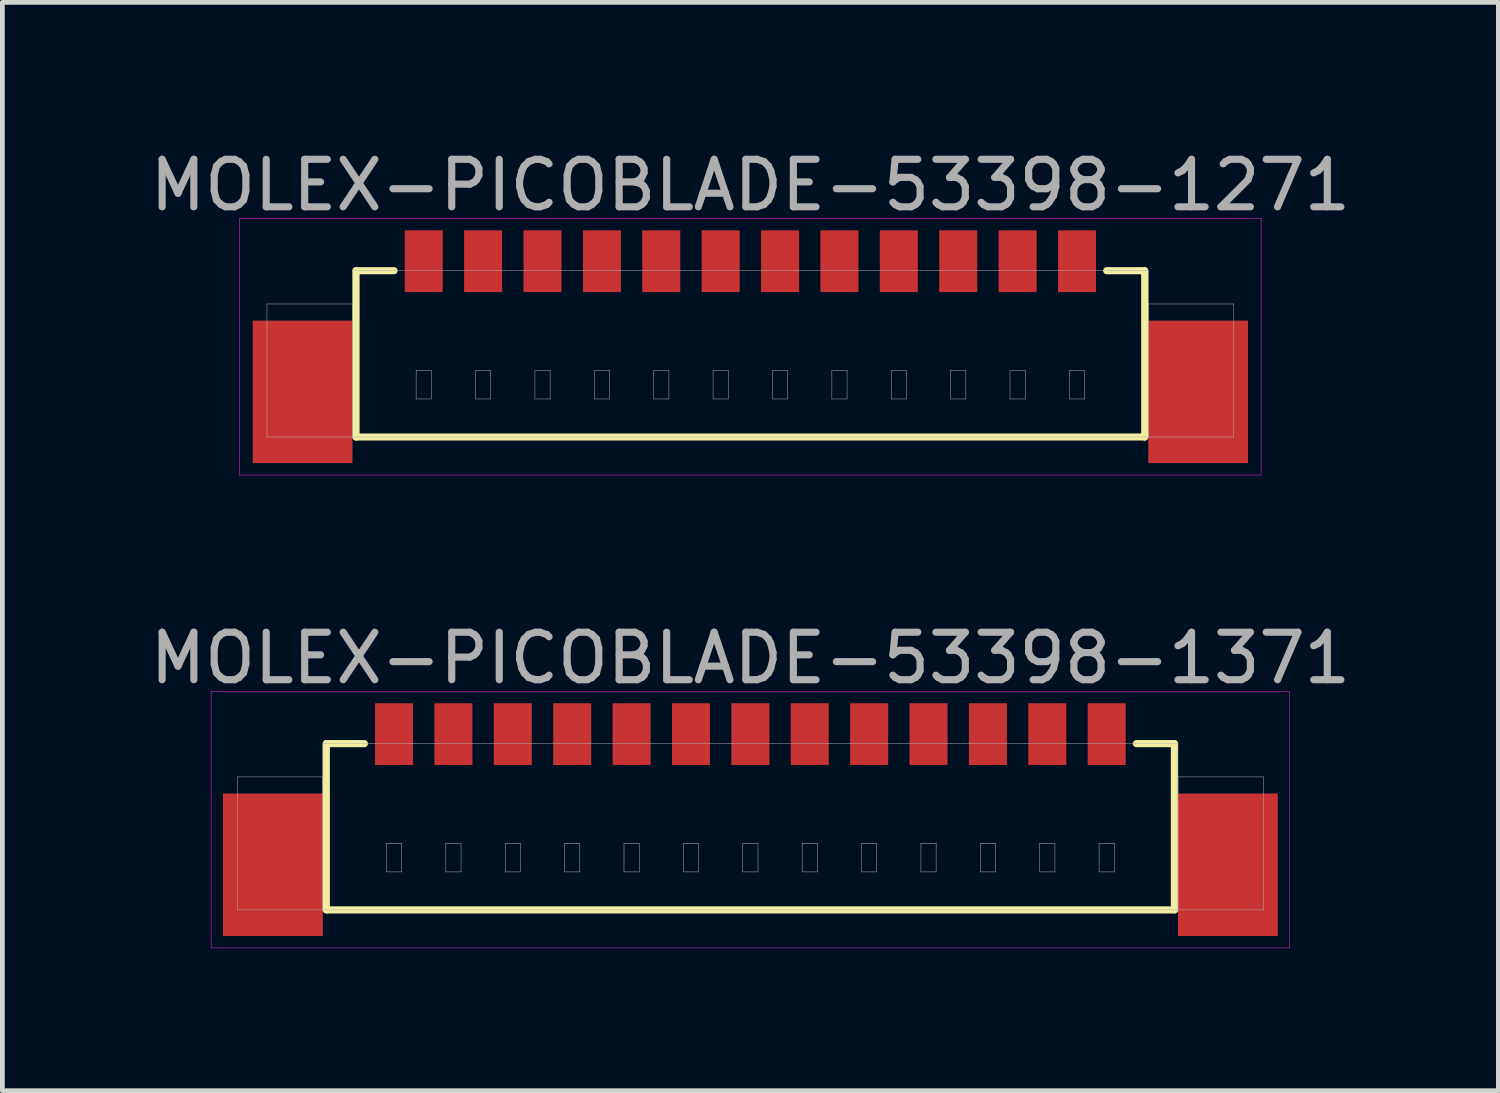
<source format=kicad_pcb>
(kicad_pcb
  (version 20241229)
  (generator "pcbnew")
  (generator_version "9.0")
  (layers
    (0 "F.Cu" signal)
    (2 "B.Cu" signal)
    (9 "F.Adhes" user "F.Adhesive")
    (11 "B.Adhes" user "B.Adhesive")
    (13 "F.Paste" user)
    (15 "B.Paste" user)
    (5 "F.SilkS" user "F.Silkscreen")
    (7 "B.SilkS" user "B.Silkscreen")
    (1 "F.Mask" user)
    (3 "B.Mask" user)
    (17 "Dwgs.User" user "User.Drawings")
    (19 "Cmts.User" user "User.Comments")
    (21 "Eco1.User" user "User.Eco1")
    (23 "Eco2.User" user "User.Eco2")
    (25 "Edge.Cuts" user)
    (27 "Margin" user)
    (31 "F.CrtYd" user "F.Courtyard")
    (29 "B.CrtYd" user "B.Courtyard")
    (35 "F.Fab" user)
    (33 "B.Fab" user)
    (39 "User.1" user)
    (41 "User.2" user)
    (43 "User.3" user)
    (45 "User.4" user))
  (footprint "MOLEX-PICOBLADE-53398-1271"
    (layer "F.Cu")
    (at 12.744 2.448)
    (property "Reference" "MOLEX-PICOBLADE-53398-1271" (at 0 -1.6 0) (layer "F.Fab") (effects (font (size 1 1) (thickness 0.15))))
    (attr through_hole)
    (fp_line (start -8.3 0.2) (end -8.3 3.7) (stroke (width 0.15) (type solid)) (layer "F.SilkS"))
    (fp_line (start -8.3 3.7) (end 8.3 3.7) (stroke (width 0.15) (type solid)) (layer "F.SilkS"))
    (fp_line (start -7.5 0.2) (end -8.3 0.2) (stroke (width 0.15) (type solid)) (layer "F.SilkS"))
    (fp_line (start 7.5 0.2) (end 8.3 0.2) (stroke (width 0.15) (type solid)) (layer "F.SilkS"))
    (fp_line (start 8.3 3.7) (end 8.3 0.2) (stroke (width 0.15) (type solid)) (layer "F.SilkS"))
    (fp_line (start -10.75 -0.9) (end 10.75 -0.9) (stroke (width 0.01) (type solid)) (layer "F.CrtYd"))
    (fp_line (start -10.75 4.5) (end -10.75 -0.9) (stroke (width 0.01) (type solid)) (layer "F.CrtYd"))
    (fp_line (start 10.75 -0.9) (end 10.75 4.5) (stroke (width 0.01) (type solid)) (layer "F.CrtYd"))
    (fp_line (start 10.75 4.5) (end -10.75 4.5) (stroke (width 0.01) (type solid)) (layer "F.CrtYd"))
    (fp_line (start -10.175 0.9) (end -8.375 0.9) (stroke (width 0.01) (type solid)) (layer "F.Fab"))
    (fp_line (start -10.175 3.7) (end -10.175 0.9) (stroke (width 0.01) (type solid)) (layer "F.Fab"))
    (fp_line (start -8.375 0.2) (end 8.375 0.2) (stroke (width 0.01) (type solid)) (layer "F.Fab"))
    (fp_line (start -8.375 0.9) (end -8.375 3.7) (stroke (width 0.01) (type solid)) (layer "F.Fab"))
    (fp_line (start -8.375 3.7) (end -10.175 3.7) (stroke (width 0.01) (type solid)) (layer "F.Fab"))
    (fp_line (start -8.375 3.7) (end -8.375 0.2) (stroke (width 0.01) (type solid)) (layer "F.Fab"))
    (fp_line (start -7.035 2.3) (end -6.715 2.3) (stroke (width 0.01) (type solid)) (layer "F.Fab"))
    (fp_line (start -7.035 2.9) (end -7.035 2.3) (stroke (width 0.01) (type solid)) (layer "F.Fab"))
    (fp_line (start -6.715 2.3) (end -6.715 2.9) (stroke (width 0.01) (type solid)) (layer "F.Fab"))
    (fp_line (start -6.715 2.9) (end -7.035 2.9) (stroke (width 0.01) (type solid)) (layer "F.Fab"))
    (fp_line (start -5.785 2.3) (end -5.465 2.3) (stroke (width 0.01) (type solid)) (layer "F.Fab"))
    (fp_line (start -5.785 2.9) (end -5.785 2.3) (stroke (width 0.01) (type solid)) (layer "F.Fab"))
    (fp_line (start -5.465 2.3) (end -5.465 2.9) (stroke (width 0.01) (type solid)) (layer "F.Fab"))
    (fp_line (start -5.465 2.9) (end -5.785 2.9) (stroke (width 0.01) (type solid)) (layer "F.Fab"))
    (fp_line (start -4.535 2.3) (end -4.215 2.3) (stroke (width 0.01) (type solid)) (layer "F.Fab"))
    (fp_line (start -4.535 2.9) (end -4.535 2.3) (stroke (width 0.01) (type solid)) (layer "F.Fab"))
    (fp_line (start -4.215 2.3) (end -4.215 2.9) (stroke (width 0.01) (type solid)) (layer "F.Fab"))
    (fp_line (start -4.215 2.9) (end -4.535 2.9) (stroke (width 0.01) (type solid)) (layer "F.Fab"))
    (fp_line (start -3.285 2.3) (end -2.965 2.3) (stroke (width 0.01) (type solid)) (layer "F.Fab"))
    (fp_line (start -3.285 2.9) (end -3.285 2.3) (stroke (width 0.01) (type solid)) (layer "F.Fab"))
    (fp_line (start -2.965 2.3) (end -2.965 2.9) (stroke (width 0.01) (type solid)) (layer "F.Fab"))
    (fp_line (start -2.965 2.9) (end -3.285 2.9) (stroke (width 0.01) (type solid)) (layer "F.Fab"))
    (fp_line (start -2.035 2.3) (end -1.715 2.3) (stroke (width 0.01) (type solid)) (layer "F.Fab"))
    (fp_line (start -2.035 2.9) (end -2.035 2.3) (stroke (width 0.01) (type solid)) (layer "F.Fab"))
    (fp_line (start -1.715 2.3) (end -1.715 2.9) (stroke (width 0.01) (type solid)) (layer "F.Fab"))
    (fp_line (start -1.715 2.9) (end -2.035 2.9) (stroke (width 0.01) (type solid)) (layer "F.Fab"))
    (fp_line (start -0.785 2.3) (end -0.465 2.3) (stroke (width 0.01) (type solid)) (layer "F.Fab"))
    (fp_line (start -0.785 2.9) (end -0.785 2.3) (stroke (width 0.01) (type solid)) (layer "F.Fab"))
    (fp_line (start -0.465 2.3) (end -0.465 2.9) (stroke (width 0.01) (type solid)) (layer "F.Fab"))
    (fp_line (start -0.465 2.9) (end -0.785 2.9) (stroke (width 0.01) (type solid)) (layer "F.Fab"))
    (fp_line (start 0.465 2.3) (end 0.785 2.3) (stroke (width 0.01) (type solid)) (layer "F.Fab"))
    (fp_line (start 0.465 2.9) (end 0.465 2.3) (stroke (width 0.01) (type solid)) (layer "F.Fab"))
    (fp_line (start 0.785 2.3) (end 0.785 2.9) (stroke (width 0.01) (type solid)) (layer "F.Fab"))
    (fp_line (start 0.785 2.9) (end 0.465 2.9) (stroke (width 0.01) (type solid)) (layer "F.Fab"))
    (fp_line (start 1.715 2.3) (end 2.035 2.3) (stroke (width 0.01) (type solid)) (layer "F.Fab"))
    (fp_line (start 1.715 2.9) (end 1.715 2.3) (stroke (width 0.01) (type solid)) (layer "F.Fab"))
    (fp_line (start 2.035 2.3) (end 2.035 2.9) (stroke (width 0.01) (type solid)) (layer "F.Fab"))
    (fp_line (start 2.035 2.9) (end 1.715 2.9) (stroke (width 0.01) (type solid)) (layer "F.Fab"))
    (fp_line (start 2.965 2.3) (end 3.285 2.3) (stroke (width 0.01) (type solid)) (layer "F.Fab"))
    (fp_line (start 2.965 2.9) (end 2.965 2.3) (stroke (width 0.01) (type solid)) (layer "F.Fab"))
    (fp_line (start 3.285 2.3) (end 3.285 2.9) (stroke (width 0.01) (type solid)) (layer "F.Fab"))
    (fp_line (start 3.285 2.9) (end 2.965 2.9) (stroke (width 0.01) (type solid)) (layer "F.Fab"))
    (fp_line (start 4.215 2.3) (end 4.535 2.3) (stroke (width 0.01) (type solid)) (layer "F.Fab"))
    (fp_line (start 4.215 2.9) (end 4.215 2.3) (stroke (width 0.01) (type solid)) (layer "F.Fab"))
    (fp_line (start 4.535 2.3) (end 4.535 2.9) (stroke (width 0.01) (type solid)) (layer "F.Fab"))
    (fp_line (start 4.535 2.9) (end 4.215 2.9) (stroke (width 0.01) (type solid)) (layer "F.Fab"))
    (fp_line (start 5.465 2.3) (end 5.785 2.3) (stroke (width 0.01) (type solid)) (layer "F.Fab"))
    (fp_line (start 5.465 2.9) (end 5.465 2.3) (stroke (width 0.01) (type solid)) (layer "F.Fab"))
    (fp_line (start 5.785 2.3) (end 5.785 2.9) (stroke (width 0.01) (type solid)) (layer "F.Fab"))
    (fp_line (start 5.785 2.9) (end 5.465 2.9) (stroke (width 0.01) (type solid)) (layer "F.Fab"))
    (fp_line (start 6.715 2.3) (end 7.035 2.3) (stroke (width 0.01) (type solid)) (layer "F.Fab"))
    (fp_line (start 6.715 2.9) (end 6.715 2.3) (stroke (width 0.01) (type solid)) (layer "F.Fab"))
    (fp_line (start 7.035 2.3) (end 7.035 2.9) (stroke (width 0.01) (type solid)) (layer "F.Fab"))
    (fp_line (start 7.035 2.9) (end 6.715 2.9) (stroke (width 0.01) (type solid)) (layer "F.Fab"))
    (fp_line (start 8.375 0.2) (end 8.375 3.7) (stroke (width 0.01) (type solid)) (layer "F.Fab"))
    (fp_line (start 8.375 0.9) (end 10.175 0.9) (stroke (width 0.01) (type solid)) (layer "F.Fab"))
    (fp_line (start 8.375 3.7) (end -8.375 3.7) (stroke (width 0.01) (type solid)) (layer "F.Fab"))
    (fp_line (start 8.375 3.7) (end 8.375 0.9) (stroke (width 0.01) (type solid)) (layer "F.Fab"))
    (fp_line (start 10.175 0.9) (end 10.175 3.7) (stroke (width 0.01) (type solid)) (layer "F.Fab"))
    (fp_line (start 10.175 3.7) (end 8.375 3.7) (stroke (width 0.01) (type solid)) (layer "F.Fab"))
    (pad "" smd rect (at -9.425 2.75) (size 2.1 3) (layers "F.Cu" "F.Mask" "F.Paste"))
    (pad "" smd rect (at 9.425 2.75) (size 2.1 3) (layers "F.Cu" "F.Mask" "F.Paste"))
    (pad "1" smd rect (at -6.875 0) (size 0.8 1.3) (layers "F.Cu" "F.Mask" "F.Paste"))
    (pad "2" smd rect (at -5.625 0) (size 0.8 1.3) (layers "F.Cu" "F.Mask" "F.Paste"))
    (pad "3" smd rect (at -4.375 0) (size 0.8 1.3) (layers "F.Cu" "F.Mask" "F.Paste"))
    (pad "4" smd rect (at -3.125 0) (size 0.8 1.3) (layers "F.Cu" "F.Mask" "F.Paste"))
    (pad "5" smd rect (at -1.875 0) (size 0.8 1.3) (layers "F.Cu" "F.Mask" "F.Paste"))
    (pad "6" smd rect (at -0.625 0) (size 0.8 1.3) (layers "F.Cu" "F.Mask" "F.Paste"))
    (pad "7" smd rect (at 0.625 0) (size 0.8 1.3) (layers "F.Cu" "F.Mask" "F.Paste"))
    (pad "8" smd rect (at 1.875 0) (size 0.8 1.3) (layers "F.Cu" "F.Mask" "F.Paste"))
    (pad "9" smd rect (at 3.125 0) (size 0.8 1.3) (layers "F.Cu" "F.Mask" "F.Paste"))
    (pad "10" smd rect (at 4.375 0) (size 0.8 1.3) (layers "F.Cu" "F.Mask" "F.Paste"))
    (pad "11" smd rect (at 5.625 0) (size 0.8 1.3) (layers "F.Cu" "F.Mask" "F.Paste"))
    (pad "12" smd rect (at 6.875 0) (size 0.8 1.3) (layers "F.Cu" "F.Mask" "F.Paste")))
  (footprint "MOLEX-PICOBLADE-53398-1371"
    (layer "F.Cu")
    (at 12.744 12.402)
    (property "Reference" "MOLEX-PICOBLADE-53398-1371" (at 0 -1.6 0) (layer "F.Fab") (effects (font (size 1 1) (thickness 0.15))))
    (attr through_hole)
    (fp_line (start -8.925 0.2) (end -8.925 3.7) (stroke (width 0.15) (type solid)) (layer "F.SilkS"))
    (fp_line (start -8.925 3.7) (end 8.925 3.7) (stroke (width 0.15) (type solid)) (layer "F.SilkS"))
    (fp_line (start -8.125 0.2) (end -8.925 0.2) (stroke (width 0.15) (type solid)) (layer "F.SilkS"))
    (fp_line (start 8.125 0.2) (end 8.925 0.2) (stroke (width 0.15) (type solid)) (layer "F.SilkS"))
    (fp_line (start 8.925 3.7) (end 8.925 0.2) (stroke (width 0.15) (type solid)) (layer "F.SilkS"))
    (fp_line (start -11.35 -0.9) (end 11.35 -0.9) (stroke (width 0.01) (type solid)) (layer "F.CrtYd"))
    (fp_line (start -11.35 4.5) (end -11.35 -0.9) (stroke (width 0.01) (type solid)) (layer "F.CrtYd"))
    (fp_line (start 11.35 -0.9) (end 11.35 4.5) (stroke (width 0.01) (type solid)) (layer "F.CrtYd"))
    (fp_line (start 11.35 4.5) (end -11.35 4.5) (stroke (width 0.01) (type solid)) (layer "F.CrtYd"))
    (fp_line (start -10.8 0.9) (end -9 0.9) (stroke (width 0.01) (type solid)) (layer "F.Fab"))
    (fp_line (start -10.8 3.7) (end -10.8 0.9) (stroke (width 0.01) (type solid)) (layer "F.Fab"))
    (fp_line (start -9 0.2) (end 9 0.2) (stroke (width 0.01) (type solid)) (layer "F.Fab"))
    (fp_line (start -9 0.9) (end -9 3.7) (stroke (width 0.01) (type solid)) (layer "F.Fab"))
    (fp_line (start -9 3.7) (end -10.8 3.7) (stroke (width 0.01) (type solid)) (layer "F.Fab"))
    (fp_line (start -9 3.7) (end -9 0.2) (stroke (width 0.01) (type solid)) (layer "F.Fab"))
    (fp_line (start -7.66 2.3) (end -7.34 2.3) (stroke (width 0.01) (type solid)) (layer "F.Fab"))
    (fp_line (start -7.66 2.9) (end -7.66 2.3) (stroke (width 0.01) (type solid)) (layer "F.Fab"))
    (fp_line (start -7.34 2.3) (end -7.34 2.9) (stroke (width 0.01) (type solid)) (layer "F.Fab"))
    (fp_line (start -7.34 2.9) (end -7.66 2.9) (stroke (width 0.01) (type solid)) (layer "F.Fab"))
    (fp_line (start -6.41 2.3) (end -6.09 2.3) (stroke (width 0.01) (type solid)) (layer "F.Fab"))
    (fp_line (start -6.41 2.9) (end -6.41 2.3) (stroke (width 0.01) (type solid)) (layer "F.Fab"))
    (fp_line (start -6.09 2.3) (end -6.09 2.9) (stroke (width 0.01) (type solid)) (layer "F.Fab"))
    (fp_line (start -6.09 2.9) (end -6.41 2.9) (stroke (width 0.01) (type solid)) (layer "F.Fab"))
    (fp_line (start -5.16 2.3) (end -4.84 2.3) (stroke (width 0.01) (type solid)) (layer "F.Fab"))
    (fp_line (start -5.16 2.9) (end -5.16 2.3) (stroke (width 0.01) (type solid)) (layer "F.Fab"))
    (fp_line (start -4.84 2.3) (end -4.84 2.9) (stroke (width 0.01) (type solid)) (layer "F.Fab"))
    (fp_line (start -4.84 2.9) (end -5.16 2.9) (stroke (width 0.01) (type solid)) (layer "F.Fab"))
    (fp_line (start -3.91 2.3) (end -3.59 2.3) (stroke (width 0.01) (type solid)) (layer "F.Fab"))
    (fp_line (start -3.91 2.9) (end -3.91 2.3) (stroke (width 0.01) (type solid)) (layer "F.Fab"))
    (fp_line (start -3.59 2.3) (end -3.59 2.9) (stroke (width 0.01) (type solid)) (layer "F.Fab"))
    (fp_line (start -3.59 2.9) (end -3.91 2.9) (stroke (width 0.01) (type solid)) (layer "F.Fab"))
    (fp_line (start -2.66 2.3) (end -2.34 2.3) (stroke (width 0.01) (type solid)) (layer "F.Fab"))
    (fp_line (start -2.66 2.9) (end -2.66 2.3) (stroke (width 0.01) (type solid)) (layer "F.Fab"))
    (fp_line (start -2.34 2.3) (end -2.34 2.9) (stroke (width 0.01) (type solid)) (layer "F.Fab"))
    (fp_line (start -2.34 2.9) (end -2.66 2.9) (stroke (width 0.01) (type solid)) (layer "F.Fab"))
    (fp_line (start -1.41 2.3) (end -1.09 2.3) (stroke (width 0.01) (type solid)) (layer "F.Fab"))
    (fp_line (start -1.41 2.9) (end -1.41 2.3) (stroke (width 0.01) (type solid)) (layer "F.Fab"))
    (fp_line (start -1.09 2.3) (end -1.09 2.9) (stroke (width 0.01) (type solid)) (layer "F.Fab"))
    (fp_line (start -1.09 2.9) (end -1.41 2.9) (stroke (width 0.01) (type solid)) (layer "F.Fab"))
    (fp_line (start -0.16 2.3) (end 0.16 2.3) (stroke (width 0.01) (type solid)) (layer "F.Fab"))
    (fp_line (start -0.16 2.9) (end -0.16 2.3) (stroke (width 0.01) (type solid)) (layer "F.Fab"))
    (fp_line (start 0.16 2.3) (end 0.16 2.9) (stroke (width 0.01) (type solid)) (layer "F.Fab"))
    (fp_line (start 0.16 2.9) (end -0.16 2.9) (stroke (width 0.01) (type solid)) (layer "F.Fab"))
    (fp_line (start 1.09 2.3) (end 1.41 2.3) (stroke (width 0.01) (type solid)) (layer "F.Fab"))
    (fp_line (start 1.09 2.9) (end 1.09 2.3) (stroke (width 0.01) (type solid)) (layer "F.Fab"))
    (fp_line (start 1.41 2.3) (end 1.41 2.9) (stroke (width 0.01) (type solid)) (layer "F.Fab"))
    (fp_line (start 1.41 2.9) (end 1.09 2.9) (stroke (width 0.01) (type solid)) (layer "F.Fab"))
    (fp_line (start 2.34 2.3) (end 2.66 2.3) (stroke (width 0.01) (type solid)) (layer "F.Fab"))
    (fp_line (start 2.34 2.9) (end 2.34 2.3) (stroke (width 0.01) (type solid)) (layer "F.Fab"))
    (fp_line (start 2.66 2.3) (end 2.66 2.9) (stroke (width 0.01) (type solid)) (layer "F.Fab"))
    (fp_line (start 2.66 2.9) (end 2.34 2.9) (stroke (width 0.01) (type solid)) (layer "F.Fab"))
    (fp_line (start 3.59 2.3) (end 3.91 2.3) (stroke (width 0.01) (type solid)) (layer "F.Fab"))
    (fp_line (start 3.59 2.9) (end 3.59 2.3) (stroke (width 0.01) (type solid)) (layer "F.Fab"))
    (fp_line (start 3.91 2.3) (end 3.91 2.9) (stroke (width 0.01) (type solid)) (layer "F.Fab"))
    (fp_line (start 3.91 2.9) (end 3.59 2.9) (stroke (width 0.01) (type solid)) (layer "F.Fab"))
    (fp_line (start 4.84 2.3) (end 5.16 2.3) (stroke (width 0.01) (type solid)) (layer "F.Fab"))
    (fp_line (start 4.84 2.9) (end 4.84 2.3) (stroke (width 0.01) (type solid)) (layer "F.Fab"))
    (fp_line (start 5.16 2.3) (end 5.16 2.9) (stroke (width 0.01) (type solid)) (layer "F.Fab"))
    (fp_line (start 5.16 2.9) (end 4.84 2.9) (stroke (width 0.01) (type solid)) (layer "F.Fab"))
    (fp_line (start 6.09 2.3) (end 6.41 2.3) (stroke (width 0.01) (type solid)) (layer "F.Fab"))
    (fp_line (start 6.09 2.9) (end 6.09 2.3) (stroke (width 0.01) (type solid)) (layer "F.Fab"))
    (fp_line (start 6.41 2.3) (end 6.41 2.9) (stroke (width 0.01) (type solid)) (layer "F.Fab"))
    (fp_line (start 6.41 2.9) (end 6.09 2.9) (stroke (width 0.01) (type solid)) (layer "F.Fab"))
    (fp_line (start 7.34 2.3) (end 7.66 2.3) (stroke (width 0.01) (type solid)) (layer "F.Fab"))
    (fp_line (start 7.34 2.9) (end 7.34 2.3) (stroke (width 0.01) (type solid)) (layer "F.Fab"))
    (fp_line (start 7.66 2.3) (end 7.66 2.9) (stroke (width 0.01) (type solid)) (layer "F.Fab"))
    (fp_line (start 7.66 2.9) (end 7.34 2.9) (stroke (width 0.01) (type solid)) (layer "F.Fab"))
    (fp_line (start 9 0.2) (end 9 3.7) (stroke (width 0.01) (type solid)) (layer "F.Fab"))
    (fp_line (start 9 0.9) (end 10.8 0.9) (stroke (width 0.01) (type solid)) (layer "F.Fab"))
    (fp_line (start 9 3.7) (end -9 3.7) (stroke (width 0.01) (type solid)) (layer "F.Fab"))
    (fp_line (start 9 3.7) (end 9 0.9) (stroke (width 0.01) (type solid)) (layer "F.Fab"))
    (fp_line (start 10.8 0.9) (end 10.8 3.7) (stroke (width 0.01) (type solid)) (layer "F.Fab"))
    (fp_line (start 10.8 3.7) (end 9 3.7) (stroke (width 0.01) (type solid)) (layer "F.Fab"))
    (pad "" smd rect (at -10.05 2.75) (size 2.1 3) (layers "F.Cu" "F.Mask" "F.Paste"))
    (pad "" smd rect (at 10.05 2.75) (size 2.1 3) (layers "F.Cu" "F.Mask" "F.Paste"))
    (pad "1" smd rect (at -7.5 0) (size 0.8 1.3) (layers "F.Cu" "F.Mask" "F.Paste"))
    (pad "2" smd rect (at -6.25 0) (size 0.8 1.3) (layers "F.Cu" "F.Mask" "F.Paste"))
    (pad "3" smd rect (at -5 0) (size 0.8 1.3) (layers "F.Cu" "F.Mask" "F.Paste"))
    (pad "4" smd rect (at -3.75 0) (size 0.8 1.3) (layers "F.Cu" "F.Mask" "F.Paste"))
    (pad "5" smd rect (at -2.5 0) (size 0.8 1.3) (layers "F.Cu" "F.Mask" "F.Paste"))
    (pad "6" smd rect (at -1.25 0) (size 0.8 1.3) (layers "F.Cu" "F.Mask" "F.Paste"))
    (pad "7" smd rect (at 0 0) (size 0.8 1.3) (layers "F.Cu" "F.Mask" "F.Paste"))
    (pad "8" smd rect (at 1.25 0) (size 0.8 1.3) (layers "F.Cu" "F.Mask" "F.Paste"))
    (pad "9" smd rect (at 2.5 0) (size 0.8 1.3) (layers "F.Cu" "F.Mask" "F.Paste"))
    (pad "10" smd rect (at 3.75 0) (size 0.8 1.3) (layers "F.Cu" "F.Mask" "F.Paste"))
    (pad "11" smd rect (at 5 0) (size 0.8 1.3) (layers "F.Cu" "F.Mask" "F.Paste"))
    (pad "12" smd rect (at 6.25 0) (size 0.8 1.3) (layers "F.Cu" "F.Mask" "F.Paste"))
    (pad "13" smd rect (at 7.5 0) (size 0.8 1.3) (layers "F.Cu" "F.Mask" "F.Paste")))
  (gr_rect
    (start -3 -3)
    (end 28.488 19.907)
    (stroke (width 0.1) (type default))
    (fill no)
    (layer "Edge.Cuts")))
</source>
